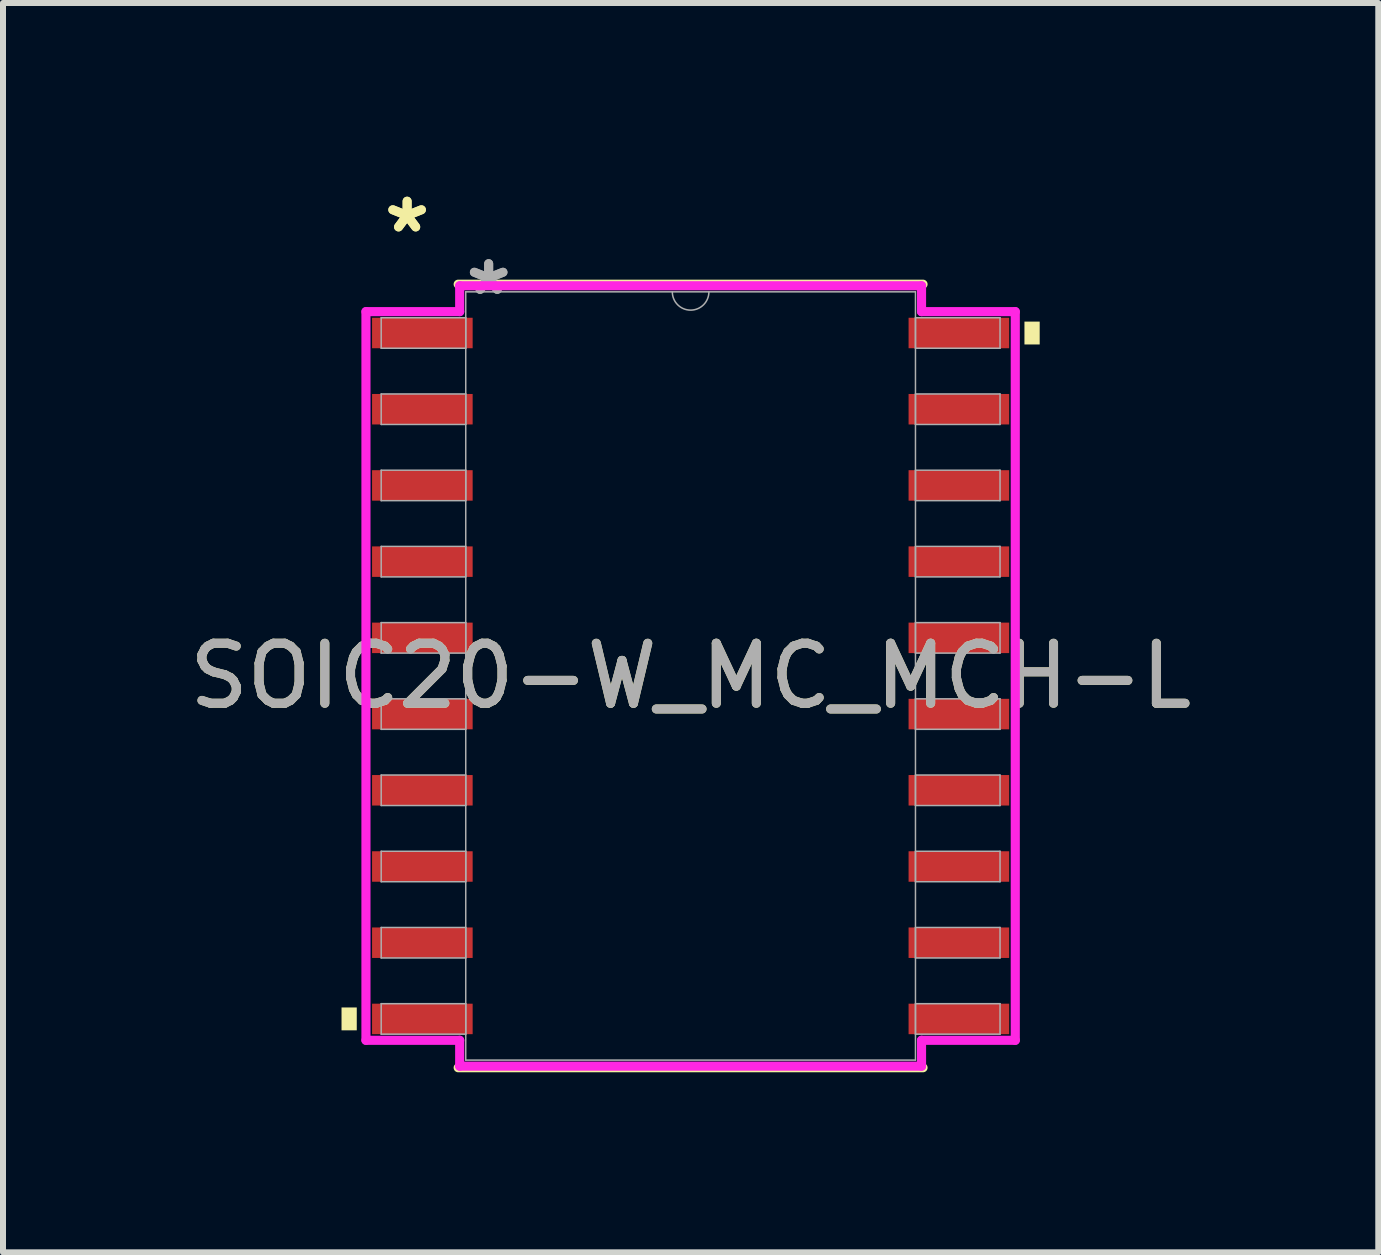
<source format=kicad_pcb>
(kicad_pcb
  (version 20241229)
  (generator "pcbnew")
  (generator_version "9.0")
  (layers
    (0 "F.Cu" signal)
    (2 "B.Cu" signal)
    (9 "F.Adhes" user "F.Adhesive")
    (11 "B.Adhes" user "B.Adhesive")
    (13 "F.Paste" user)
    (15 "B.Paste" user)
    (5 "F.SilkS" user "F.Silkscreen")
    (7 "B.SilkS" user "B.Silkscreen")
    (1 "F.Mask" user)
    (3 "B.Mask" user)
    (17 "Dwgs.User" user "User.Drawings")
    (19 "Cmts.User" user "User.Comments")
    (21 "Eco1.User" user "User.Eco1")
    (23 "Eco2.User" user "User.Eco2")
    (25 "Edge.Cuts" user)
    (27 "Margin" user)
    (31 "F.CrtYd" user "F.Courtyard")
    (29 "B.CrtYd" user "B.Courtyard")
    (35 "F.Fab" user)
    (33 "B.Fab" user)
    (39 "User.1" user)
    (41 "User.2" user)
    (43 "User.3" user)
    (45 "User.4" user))
  (footprint "SOIC20-W_MC_MCH-L"
    (layer "F.Cu")
    (at 8.458 8.214)
    (property "Reference" "SOIC20-W_MC_MCH-L" (at 0 0 0) (unlocked yes) (layer "F.SilkS") (effects (font (size 1 1) (thickness 0.15))))
    (attr smd)
    (fp_line (start -3.873 6.528) (end 3.873 6.528) (stroke (width 0.152) (type solid)) (layer "F.SilkS"))
    (fp_line (start 3.873 -6.528) (end -3.873 -6.528) (stroke (width 0.152) (type solid)) (layer "F.SilkS"))
    (fp_poly (pts (xy -5.817 5.524) (xy -5.817 5.905) (xy -5.563 5.905) (xy -5.563 5.524)) (stroke (width 0) (type solid)) (fill yes) (layer "F.SilkS"))
    (fp_poly (pts (xy 5.817 -5.905) (xy 5.817 -5.524) (xy 5.563 -5.524) (xy 5.563 -5.905)) (stroke (width 0) (type solid)) (fill yes) (layer "F.SilkS"))
    (fp_line (start -5.41 -6.071) (end -3.848 -6.071) (stroke (width 0.152) (type solid)) (layer "F.CrtYd"))
    (fp_line (start -5.41 6.071) (end -5.41 -6.071) (stroke (width 0.152) (type solid)) (layer "F.CrtYd"))
    (fp_line (start -5.41 6.071) (end -3.848 6.071) (stroke (width 0.152) (type solid)) (layer "F.CrtYd"))
    (fp_line (start -3.848 -6.502) (end 3.848 -6.502) (stroke (width 0.152) (type solid)) (layer "F.CrtYd"))
    (fp_line (start -3.848 -6.071) (end -3.848 -6.502) (stroke (width 0.152) (type solid)) (layer "F.CrtYd"))
    (fp_line (start -3.848 6.502) (end -3.848 6.071) (stroke (width 0.152) (type solid)) (layer "F.CrtYd"))
    (fp_line (start 3.848 -6.502) (end 3.848 -6.071) (stroke (width 0.152) (type solid)) (layer "F.CrtYd"))
    (fp_line (start 3.848 6.071) (end 3.848 6.502) (stroke (width 0.152) (type solid)) (layer "F.CrtYd"))
    (fp_line (start 3.848 6.502) (end -3.848 6.502) (stroke (width 0.152) (type solid)) (layer "F.CrtYd"))
    (fp_line (start 5.41 -6.071) (end 3.848 -6.071) (stroke (width 0.152) (type solid)) (layer "F.CrtYd"))
    (fp_line (start 5.41 -6.071) (end 5.41 6.071) (stroke (width 0.152) (type solid)) (layer "F.CrtYd"))
    (fp_line (start 5.41 6.071) (end 3.848 6.071) (stroke (width 0.152) (type solid)) (layer "F.CrtYd"))
    (fp_line (start -5.156 -5.969) (end -5.156 -5.461) (stroke (width 0.025) (type solid)) (layer "F.Fab"))
    (fp_line (start -5.156 -5.461) (end -3.747 -5.461) (stroke (width 0.025) (type solid)) (layer "F.Fab"))
    (fp_line (start -5.156 -4.699) (end -5.156 -4.191) (stroke (width 0.025) (type solid)) (layer "F.Fab"))
    (fp_line (start -5.156 -4.191) (end -3.747 -4.191) (stroke (width 0.025) (type solid)) (layer "F.Fab"))
    (fp_line (start -5.156 -3.429) (end -5.156 -2.921) (stroke (width 0.025) (type solid)) (layer "F.Fab"))
    (fp_line (start -5.156 -2.921) (end -3.747 -2.921) (stroke (width 0.025) (type solid)) (layer "F.Fab"))
    (fp_line (start -5.156 -2.159) (end -5.156 -1.651) (stroke (width 0.025) (type solid)) (layer "F.Fab"))
    (fp_line (start -5.156 -1.651) (end -3.747 -1.651) (stroke (width 0.025) (type solid)) (layer "F.Fab"))
    (fp_line (start -5.156 -0.889) (end -5.156 -0.381) (stroke (width 0.025) (type solid)) (layer "F.Fab"))
    (fp_line (start -5.156 -0.381) (end -3.747 -0.381) (stroke (width 0.025) (type solid)) (layer "F.Fab"))
    (fp_line (start -5.156 0.381) (end -5.156 0.889) (stroke (width 0.025) (type solid)) (layer "F.Fab"))
    (fp_line (start -5.156 0.889) (end -3.747 0.889) (stroke (width 0.025) (type solid)) (layer "F.Fab"))
    (fp_line (start -5.156 1.651) (end -5.156 2.159) (stroke (width 0.025) (type solid)) (layer "F.Fab"))
    (fp_line (start -5.156 2.159) (end -3.747 2.159) (stroke (width 0.025) (type solid)) (layer "F.Fab"))
    (fp_line (start -5.156 2.921) (end -5.156 3.429) (stroke (width 0.025) (type solid)) (layer "F.Fab"))
    (fp_line (start -5.156 3.429) (end -3.747 3.429) (stroke (width 0.025) (type solid)) (layer "F.Fab"))
    (fp_line (start -5.156 4.191) (end -5.156 4.699) (stroke (width 0.025) (type solid)) (layer "F.Fab"))
    (fp_line (start -5.156 4.699) (end -3.747 4.699) (stroke (width 0.025) (type solid)) (layer "F.Fab"))
    (fp_line (start -5.156 5.461) (end -5.156 5.969) (stroke (width 0.025) (type solid)) (layer "F.Fab"))
    (fp_line (start -5.156 5.969) (end -3.747 5.969) (stroke (width 0.025) (type solid)) (layer "F.Fab"))
    (fp_line (start -3.747 -6.401) (end -3.747 6.401) (stroke (width 0.025) (type solid)) (layer "F.Fab"))
    (fp_line (start -3.747 -5.969) (end -5.156 -5.969) (stroke (width 0.025) (type solid)) (layer "F.Fab"))
    (fp_line (start -3.747 -5.461) (end -3.747 -5.969) (stroke (width 0.025) (type solid)) (layer "F.Fab"))
    (fp_line (start -3.747 -4.699) (end -5.156 -4.699) (stroke (width 0.025) (type solid)) (layer "F.Fab"))
    (fp_line (start -3.747 -4.191) (end -3.747 -4.699) (stroke (width 0.025) (type solid)) (layer "F.Fab"))
    (fp_line (start -3.747 -3.429) (end -5.156 -3.429) (stroke (width 0.025) (type solid)) (layer "F.Fab"))
    (fp_line (start -3.747 -2.921) (end -3.747 -3.429) (stroke (width 0.025) (type solid)) (layer "F.Fab"))
    (fp_line (start -3.747 -2.159) (end -5.156 -2.159) (stroke (width 0.025) (type solid)) (layer "F.Fab"))
    (fp_line (start -3.747 -1.651) (end -3.747 -2.159) (stroke (width 0.025) (type solid)) (layer "F.Fab"))
    (fp_line (start -3.747 -0.889) (end -5.156 -0.889) (stroke (width 0.025) (type solid)) (layer "F.Fab"))
    (fp_line (start -3.747 -0.381) (end -3.747 -0.889) (stroke (width 0.025) (type solid)) (layer "F.Fab"))
    (fp_line (start -3.747 0.381) (end -5.156 0.381) (stroke (width 0.025) (type solid)) (layer "F.Fab"))
    (fp_line (start -3.747 0.889) (end -3.747 0.381) (stroke (width 0.025) (type solid)) (layer "F.Fab"))
    (fp_line (start -3.747 1.651) (end -5.156 1.651) (stroke (width 0.025) (type solid)) (layer "F.Fab"))
    (fp_line (start -3.747 2.159) (end -3.747 1.651) (stroke (width 0.025) (type solid)) (layer "F.Fab"))
    (fp_line (start -3.747 2.921) (end -5.156 2.921) (stroke (width 0.025) (type solid)) (layer "F.Fab"))
    (fp_line (start -3.747 3.429) (end -3.747 2.921) (stroke (width 0.025) (type solid)) (layer "F.Fab"))
    (fp_line (start -3.747 4.191) (end -5.156 4.191) (stroke (width 0.025) (type solid)) (layer "F.Fab"))
    (fp_line (start -3.747 4.699) (end -3.747 4.191) (stroke (width 0.025) (type solid)) (layer "F.Fab"))
    (fp_line (start -3.747 5.461) (end -5.156 5.461) (stroke (width 0.025) (type solid)) (layer "F.Fab"))
    (fp_line (start -3.747 5.969) (end -3.747 5.461) (stroke (width 0.025) (type solid)) (layer "F.Fab"))
    (fp_line (start -3.747 6.401) (end 3.747 6.401) (stroke (width 0.025) (type solid)) (layer "F.Fab"))
    (fp_line (start 3.747 -6.401) (end -3.747 -6.401) (stroke (width 0.025) (type solid)) (layer "F.Fab"))
    (fp_line (start 3.747 -5.969) (end 3.747 -5.461) (stroke (width 0.025) (type solid)) (layer "F.Fab"))
    (fp_line (start 3.747 -5.461) (end 5.156 -5.461) (stroke (width 0.025) (type solid)) (layer "F.Fab"))
    (fp_line (start 3.747 -4.699) (end 3.747 -4.191) (stroke (width 0.025) (type solid)) (layer "F.Fab"))
    (fp_line (start 3.747 -4.191) (end 5.156 -4.191) (stroke (width 0.025) (type solid)) (layer "F.Fab"))
    (fp_line (start 3.747 -3.429) (end 3.747 -2.921) (stroke (width 0.025) (type solid)) (layer "F.Fab"))
    (fp_line (start 3.747 -2.921) (end 5.156 -2.921) (stroke (width 0.025) (type solid)) (layer "F.Fab"))
    (fp_line (start 3.747 -2.159) (end 3.747 -1.651) (stroke (width 0.025) (type solid)) (layer "F.Fab"))
    (fp_line (start 3.747 -1.651) (end 5.156 -1.651) (stroke (width 0.025) (type solid)) (layer "F.Fab"))
    (fp_line (start 3.747 -0.889) (end 3.747 -0.381) (stroke (width 0.025) (type solid)) (layer "F.Fab"))
    (fp_line (start 3.747 -0.381) (end 5.156 -0.381) (stroke (width 0.025) (type solid)) (layer "F.Fab"))
    (fp_line (start 3.747 0.381) (end 3.747 0.889) (stroke (width 0.025) (type solid)) (layer "F.Fab"))
    (fp_line (start 3.747 0.889) (end 5.156 0.889) (stroke (width 0.025) (type solid)) (layer "F.Fab"))
    (fp_line (start 3.747 1.651) (end 3.747 2.159) (stroke (width 0.025) (type solid)) (layer "F.Fab"))
    (fp_line (start 3.747 2.159) (end 5.156 2.159) (stroke (width 0.025) (type solid)) (layer "F.Fab"))
    (fp_line (start 3.747 2.921) (end 3.747 3.429) (stroke (width 0.025) (type solid)) (layer "F.Fab"))
    (fp_line (start 3.747 3.429) (end 5.156 3.429) (stroke (width 0.025) (type solid)) (layer "F.Fab"))
    (fp_line (start 3.747 4.191) (end 3.747 4.699) (stroke (width 0.025) (type solid)) (layer "F.Fab"))
    (fp_line (start 3.747 4.699) (end 5.156 4.699) (stroke (width 0.025) (type solid)) (layer "F.Fab"))
    (fp_line (start 3.747 5.461) (end 3.747 5.969) (stroke (width 0.025) (type solid)) (layer "F.Fab"))
    (fp_line (start 3.747 5.969) (end 5.156 5.969) (stroke (width 0.025) (type solid)) (layer "F.Fab"))
    (fp_line (start 3.747 6.401) (end 3.747 -6.401) (stroke (width 0.025) (type solid)) (layer "F.Fab"))
    (fp_line (start 5.156 -5.969) (end 3.747 -5.969) (stroke (width 0.025) (type solid)) (layer "F.Fab"))
    (fp_line (start 5.156 -5.461) (end 5.156 -5.969) (stroke (width 0.025) (type solid)) (layer "F.Fab"))
    (fp_line (start 5.156 -4.699) (end 3.747 -4.699) (stroke (width 0.025) (type solid)) (layer "F.Fab"))
    (fp_line (start 5.156 -4.191) (end 5.156 -4.699) (stroke (width 0.025) (type solid)) (layer "F.Fab"))
    (fp_line (start 5.156 -3.429) (end 3.747 -3.429) (stroke (width 0.025) (type solid)) (layer "F.Fab"))
    (fp_line (start 5.156 -2.921) (end 5.156 -3.429) (stroke (width 0.025) (type solid)) (layer "F.Fab"))
    (fp_line (start 5.156 -2.159) (end 3.747 -2.159) (stroke (width 0.025) (type solid)) (layer "F.Fab"))
    (fp_line (start 5.156 -1.651) (end 5.156 -2.159) (stroke (width 0.025) (type solid)) (layer "F.Fab"))
    (fp_line (start 5.156 -0.889) (end 3.747 -0.889) (stroke (width 0.025) (type solid)) (layer "F.Fab"))
    (fp_line (start 5.156 -0.381) (end 5.156 -0.889) (stroke (width 0.025) (type solid)) (layer "F.Fab"))
    (fp_line (start 5.156 0.381) (end 3.747 0.381) (stroke (width 0.025) (type solid)) (layer "F.Fab"))
    (fp_line (start 5.156 0.889) (end 5.156 0.381) (stroke (width 0.025) (type solid)) (layer "F.Fab"))
    (fp_line (start 5.156 1.651) (end 3.747 1.651) (stroke (width 0.025) (type solid)) (layer "F.Fab"))
    (fp_line (start 5.156 2.159) (end 5.156 1.651) (stroke (width 0.025) (type solid)) (layer "F.Fab"))
    (fp_line (start 5.156 2.921) (end 3.747 2.921) (stroke (width 0.025) (type solid)) (layer "F.Fab"))
    (fp_line (start 5.156 3.429) (end 5.156 2.921) (stroke (width 0.025) (type solid)) (layer "F.Fab"))
    (fp_line (start 5.156 4.191) (end 3.747 4.191) (stroke (width 0.025) (type solid)) (layer "F.Fab"))
    (fp_line (start 5.156 4.699) (end 5.156 4.191) (stroke (width 0.025) (type solid)) (layer "F.Fab"))
    (fp_line (start 5.156 5.461) (end 3.747 5.461) (stroke (width 0.025) (type solid)) (layer "F.Fab"))
    (fp_line (start 5.156 5.969) (end 5.156 5.461) (stroke (width 0.025) (type solid)) (layer "F.Fab"))
    (fp_arc (start 0.3048 -6.4008) (mid 0 -6.096) (end -0.3048 -6.4008) (stroke (width 0.0254) (type solid)) (layer "F.Fab"))
    (fp_text user "*" (at -4.724 -7.366 0) (unlocked yes) (layer "F.SilkS") (effects (font (size 1 1) (thickness 0.15))))
    (fp_text user "*" (at -4.724 -7.366 0) (layer "F.SilkS") (effects (font (size 1 1) (thickness 0.15))))
    (fp_text user "*" (at -3.365 -6.325 0) (layer "F.Fab") (effects (font (size 1 1) (thickness 0.15))))
    (fp_text user "*" (at -3.365 -6.325 0) (unlocked yes) (layer "F.Fab") (effects (font (size 1 1) (thickness 0.15))))
    (fp_text user "${REFERENCE}" (at 0 0 0) (unlocked yes) (layer "F.Fab") (effects (font (size 1 1) (thickness 0.15))))
    (pad "1" smd rect (at -4.47 -5.715) (size 1.676 0.508) (layers "F.Cu" "F.Mask" "F.Paste"))
    (pad "2" smd rect (at -4.47 -4.445) (size 1.676 0.508) (layers "F.Cu" "F.Mask" "F.Paste"))
    (pad "3" smd rect (at -4.47 -3.175) (size 1.676 0.508) (layers "F.Cu" "F.Mask" "F.Paste"))
    (pad "4" smd rect (at -4.47 -1.905) (size 1.676 0.508) (layers "F.Cu" "F.Mask" "F.Paste"))
    (pad "5" smd rect (at -4.47 -0.635) (size 1.676 0.508) (layers "F.Cu" "F.Mask" "F.Paste"))
    (pad "6" smd rect (at -4.47 0.635) (size 1.676 0.508) (layers "F.Cu" "F.Mask" "F.Paste"))
    (pad "7" smd rect (at -4.47 1.905) (size 1.676 0.508) (layers "F.Cu" "F.Mask" "F.Paste"))
    (pad "8" smd rect (at -4.47 3.175) (size 1.676 0.508) (layers "F.Cu" "F.Mask" "F.Paste"))
    (pad "9" smd rect (at -4.47 4.445) (size 1.676 0.508) (layers "F.Cu" "F.Mask" "F.Paste"))
    (pad "10" smd rect (at -4.47 5.715) (size 1.676 0.508) (layers "F.Cu" "F.Mask" "F.Paste"))
    (pad "11" smd rect (at 4.47 5.715) (size 1.676 0.508) (layers "F.Cu" "F.Mask" "F.Paste"))
    (pad "12" smd rect (at 4.47 4.445) (size 1.676 0.508) (layers "F.Cu" "F.Mask" "F.Paste"))
    (pad "13" smd rect (at 4.47 3.175) (size 1.676 0.508) (layers "F.Cu" "F.Mask" "F.Paste"))
    (pad "14" smd rect (at 4.47 1.905) (size 1.676 0.508) (layers "F.Cu" "F.Mask" "F.Paste"))
    (pad "15" smd rect (at 4.47 0.635) (size 1.676 0.508) (layers "F.Cu" "F.Mask" "F.Paste"))
    (pad "16" smd rect (at 4.47 -0.635) (size 1.676 0.508) (layers "F.Cu" "F.Mask" "F.Paste"))
    (pad "17" smd rect (at 4.47 -1.905) (size 1.676 0.508) (layers "F.Cu" "F.Mask" "F.Paste"))
    (pad "18" smd rect (at 4.47 -3.175) (size 1.676 0.508) (layers "F.Cu" "F.Mask" "F.Paste"))
    (pad "19" smd rect (at 4.47 -4.445) (size 1.676 0.508) (layers "F.Cu" "F.Mask" "F.Paste"))
    (pad "20" smd rect (at 4.47 -5.715) (size 1.676 0.508) (layers "F.Cu" "F.Mask" "F.Paste")))
  (gr_rect
    (start -3 -3)
    (end 19.917 17.818)
    (stroke (width 0.1) (type default))
    (fill no)
    (layer "Edge.Cuts")))
</source>
